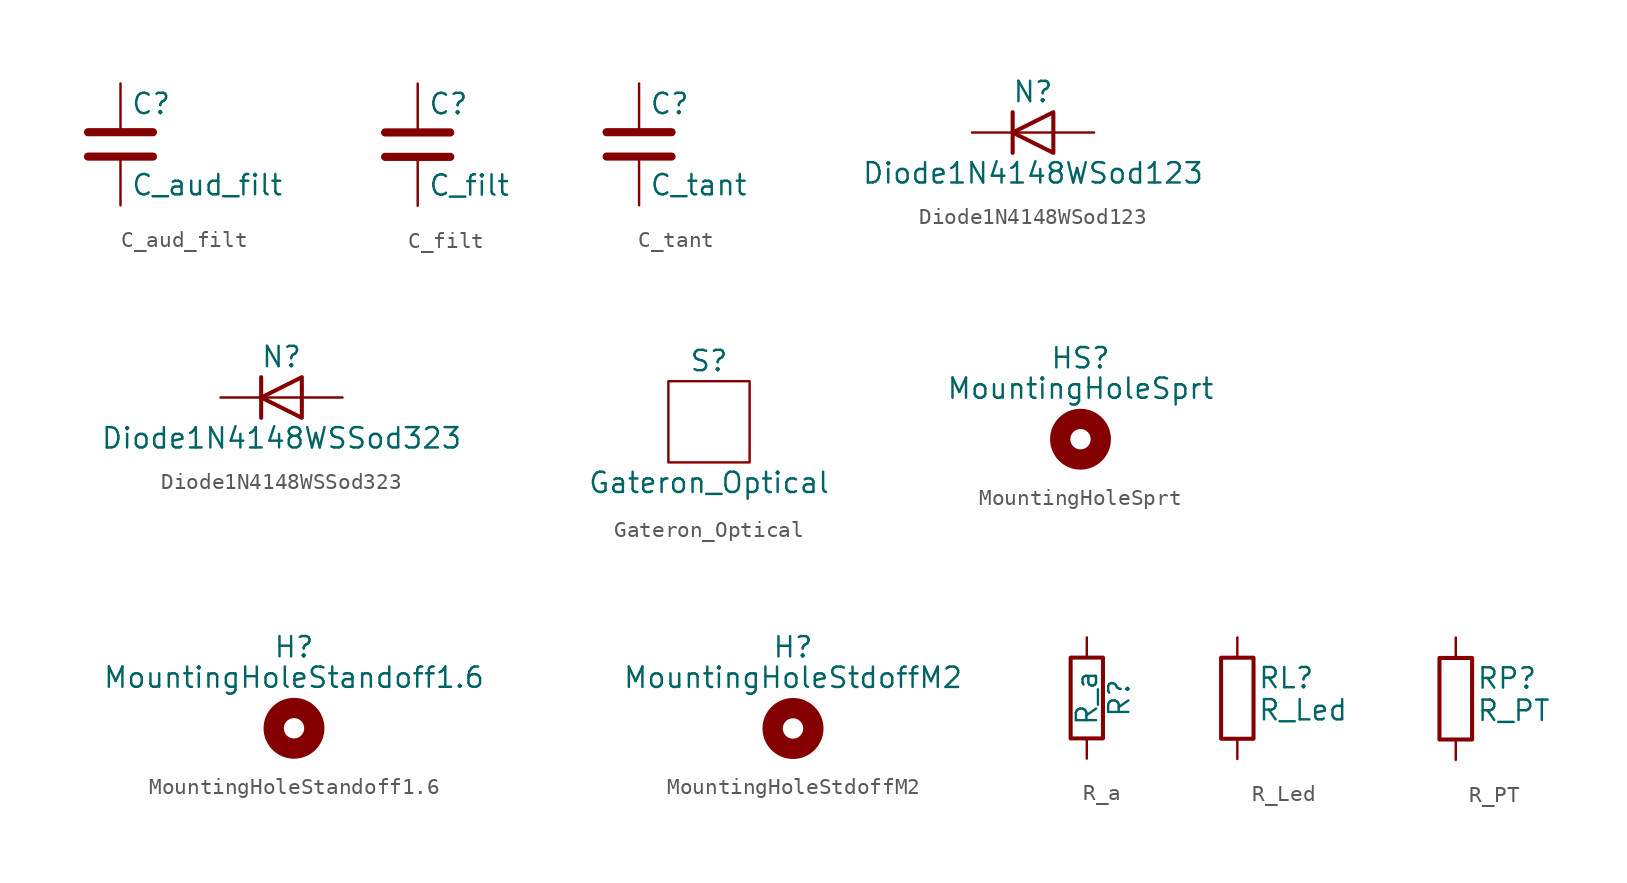
<source format=kicad_sym>
(kicad_symbol_lib
  (version 20211014)
  (generator kicad_symbol_editor)
  (symbol "C_aud_filt"
    (pin_numbers hide)
    (pin_names
      (offset 0.254))
    (property "Reference" "C"
      (at 0.635 2.54 0)
      (effects (font (size 1.27 1.27)) (justify left)))
    (property "Value" "C_aud_filt"
      (at 0.635 -2.54 0)
      (effects (font (size 1.27 1.27)) (justify left)))
    (symbol "C_aud_filt_0_1"
      (polyline (pts (xy -2.032 -0.762) (xy 2.032 -0.762)) (stroke (width 0.508) (type default) (color 0 0 0 0)) (fill (type none)))
      (polyline (pts (xy -2.032 0.762) (xy 2.032 0.762)) (stroke (width 0.508) (type default) (color 0 0 0 0)) (fill (type none))))
    (symbol "C_aud_filt_1_1"
      (pin passive line (at 0 3.81 270) (length 2.794) (name "~" (effects (font (size 1.27 1.27)))) (number "1" (effects (font (size 1.27 1.27)))))
      (pin passive line (at 0 -3.81 90) (length 2.794) (name "~" (effects (font (size 1.27 1.27)))) (number "2" (effects (font (size 1.27 1.27)))))))
  (symbol "C_filt"
    (pin_numbers hide)
    (pin_names
      (offset 0.254))
    (property "Reference" "C"
      (at 0.635 2.54 0)
      (effects (font (size 1.27 1.27)) (justify left)))
    (property "Value" "C_filt"
      (at 0.635 -2.54 0)
      (effects (font (size 1.27 1.27)) (justify left)))
    (symbol "C_filt_0_1"
      (polyline (pts (xy -2.032 -0.762) (xy 2.032 -0.762)) (stroke (width 0.508) (type default) (color 0 0 0 0)) (fill (type none)))
      (polyline (pts (xy -2.032 0.762) (xy 2.032 0.762)) (stroke (width 0.508) (type default) (color 0 0 0 0)) (fill (type none))))
    (symbol "C_filt_1_1"
      (pin passive line (at 0 3.81 270) (length 2.794) (name "~" (effects (font (size 1.27 1.27)))) (number "1" (effects (font (size 1.27 1.27)))))
      (pin passive line (at 0 -3.81 90) (length 2.794) (name "~" (effects (font (size 1.27 1.27)))) (number "2" (effects (font (size 1.27 1.27)))))))
  (symbol "C_tant"
    (pin_numbers hide)
    (pin_names
      (offset 0.254))
    (property "Reference" "C"
      (at 0.635 2.54 0)
      (effects (font (size 1.27 1.27)) (justify left)))
    (property "Value" "C_tant"
      (at 0.635 -2.54 0)
      (effects (font (size 1.27 1.27)) (justify left)))
    (symbol "C_tant_0_1"
      (polyline (pts (xy -2.032 -0.762) (xy 2.032 -0.762)) (stroke (width 0.508) (type default) (color 0 0 0 0)) (fill (type none)))
      (polyline (pts (xy -2.032 0.762) (xy 2.032 0.762)) (stroke (width 0.508) (type default) (color 0 0 0 0)) (fill (type none))))
    (symbol "C_tant_1_1"
      (pin passive line (at 0 3.81 270) (length 2.794) (name "~" (effects (font (size 1.27 1.27)))) (number "1" (effects (font (size 1.27 1.27)))))
      (pin passive line (at 0 -3.81 90) (length 2.794) (name "~" (effects (font (size 1.27 1.27)))) (number "2" (effects (font (size 1.27 1.27)))))))
  (symbol "Diode1N4148WSod123"
    (pin_numbers hide)
    (pin_names
      (offset 1.016) hide)
    (property "Reference" "N"
      (at 0 2.54 0)
      (effects (font (size 1.27 1.27))))
    (property "Value" "Diode1N4148WSod123"
      (at 0 -2.54 0)
      (effects (font (size 1.27 1.27))))
    (symbol "Diode1N4148WSod123_0_1"
      (polyline (pts (xy -1.27 1.27) (xy -1.27 -1.27)) (stroke (width 0.254) (type default) (color 0 0 0 0)) (fill (type none)))
      (polyline (pts (xy 1.27 0) (xy -1.27 0)) (stroke (width 0) (type default) (color 0 0 0 0)) (fill (type none)))
      (polyline (pts (xy 1.27 1.27) (xy 1.27 -1.27) (xy -1.27 0) (xy 1.27 1.27)) (stroke (width 0.254) (type default) (color 0 0 0 0)) (fill (type none))))
    (symbol "Diode1N4148WSod123_1_1"
      (pin passive line (at -3.81 0 0) (length 2.54) (name "K" (effects (font (size 1.27 1.27)))) (number "1" (effects (font (size 1.27 1.27)))))
      (pin passive line (at 3.81 0 180) (length 2.54) (name "A" (effects (font (size 1.27 1.27)))) (number "2" (effects (font (size 1.27 1.27)))))))
  (symbol "Diode1N4148WSSod323"
    (pin_numbers hide)
    (pin_names
      (offset 1.016) hide)
    (property "Reference" "N"
      (at 0 2.54 0)
      (effects (font (size 1.27 1.27))))
    (property "Value" "Diode1N4148WSSod323"
      (at 0 -2.54 0)
      (effects (font (size 1.27 1.27))))
    (symbol "Diode1N4148WSSod323_0_1"
      (polyline (pts (xy -1.27 1.27) (xy -1.27 -1.27)) (stroke (width 0.254) (type default) (color 0 0 0 0)) (fill (type none)))
      (polyline (pts (xy 1.27 0) (xy -1.27 0)) (stroke (width 0) (type default) (color 0 0 0 0)) (fill (type none)))
      (polyline (pts (xy 1.27 1.27) (xy 1.27 -1.27) (xy -1.27 0) (xy 1.27 1.27)) (stroke (width 0.254) (type default) (color 0 0 0 0)) (fill (type none))))
    (symbol "Diode1N4148WSSod323_1_1"
      (pin passive line (at -3.81 0 0) (length 2.54) (name "K" (effects (font (size 1.27 1.27)))) (number "1" (effects (font (size 1.27 1.27)))))
      (pin passive line (at 3.81 0 180) (length 2.54) (name "A" (effects (font (size 1.27 1.27)))) (number "2" (effects (font (size 1.27 1.27)))))))
  (symbol "Gateron_Optical"
    (property "Reference" "S"
      (at 0 3.81 0)
      (effects (font (size 1.27 1.27))))
    (property "Value" "Gateron_Optical"
      (at 0 -3.81 0)
      (effects (font (size 1.27 1.27))))
    (symbol "Gateron_Optical_0_1"
      (rectangle (start -2.54 2.54) (end 2.54 -2.54) (stroke (width 0.152) (type default) (color 0 0 0 0)) (fill (type none)))))
  (symbol "MountingHoleSprt"
    (pin_names
      (offset 1.016))
    (property "Reference" "HS"
      (at 0 5.08 0)
      (effects (font (size 1.27 1.27))))
    (property "Value" "MountingHoleSprt"
      (at 0 3.175 0)
      (effects (font (size 1.27 1.27))))
    (symbol "MountingHoleSprt_0_1"
      (circle (center 0 0) (radius 1.27) (stroke (width 1.27) (type default) (color 0 0 0 0)) (fill (type none)))))
  (symbol "MountingHoleStandoff1.6"
    (pin_names
      (offset 1.016))
    (property "Reference" "H"
      (at 0 5.08 0)
      (effects (font (size 1.27 1.27))))
    (property "Value" "MountingHoleStandoff1.6"
      (at 0 3.175 0)
      (effects (font (size 1.27 1.27))))
    (symbol "MountingHoleStandoff1.6_0_1"
      (circle (center 0 0) (radius 1.27) (stroke (width 1.27) (type default) (color 0 0 0 0)) (fill (type none)))))
  (symbol "MountingHoleStdoffM2"
    (pin_names
      (offset 1.016))
    (property "Reference" "H"
      (at 0 5.08 0)
      (effects (font (size 1.27 1.27))))
    (property "Value" "MountingHoleStdoffM2"
      (at 0 3.175 0)
      (effects (font (size 1.27 1.27))))
    (symbol "MountingHoleStdoffM2_0_1"
      (circle (center 0 0) (radius 1.27) (stroke (width 1.27) (type default) (color 0 0 0 0)) (fill (type none)))))
  (symbol "R_a"
    (pin_numbers hide)
    (pin_names
      (offset 0))
    (property "Reference" "R"
      (at 2.032 0 90)
      (effects (font (size 1.27 1.27))))
    (property "Value" "R_a"
      (at 0 0 90)
      (effects (font (size 1.27 1.27))))
    (symbol "R_a_0_1"
      (rectangle (start -1.016 -2.54) (end 1.016 2.54) (stroke (width 0.254) (type default) (color 0 0 0 0)) (fill (type none))))
    (symbol "R_a_1_1"
      (pin passive line (at 0 3.81 270) (length 1.27) (name "~" (effects (font (size 1.27 1.27)))) (number "1" (effects (font (size 1.27 1.27)))))
      (pin passive line (at 0 -3.81 90) (length 1.27) (name "~" (effects (font (size 1.27 1.27)))) (number "2" (effects (font (size 1.27 1.27)))))))
  (symbol "R_Led"
    (pin_numbers hide)
    (pin_names
      (offset 0))
    (property "Reference" "RL"
      (at 1.27 1.27 0)
      (effects (font (size 1.27 1.27)) (justify left)))
    (property "Value" "R_Led"
      (at 1.27 0 0)
      (effects (font (size 1.27 1.27)) (justify left top)))
    (symbol "R_Led_0_1"
      (rectangle (start -1.016 2.54) (end 1.016 -2.54) (stroke (width 0.254) (type default) (color 0 0 0 0)) (fill (type none))))
    (symbol "R_Led_1_1"
      (pin passive line (at 0 3.81 270) (length 1.27) (name "~" (effects (font (size 1.27 1.27)))) (number "1" (effects (font (size 1.27 1.27)))))
      (pin passive line (at 0 -3.81 90) (length 1.27) (name "~" (effects (font (size 1.27 1.27)))) (number "2" (effects (font (size 1.27 1.27)))))))
  (symbol "R_PT"
    (pin_numbers hide)
    (pin_names
      (offset 0))
    (property "Reference" "RP"
      (at 1.27 1.27 0)
      (effects (font (size 1.27 1.27)) (justify left)))
    (property "Value" "R_PT"
      (at 1.27 0 0)
      (effects (font (size 1.27 1.27)) (justify left top)))
    (symbol "R_PT_0_1"
      (rectangle (start -1.016 2.54) (end 1.016 -2.54) (stroke (width 0.254) (type default) (color 0 0 0 0)) (fill (type none))))
    (symbol "R_PT_1_1"
      (pin passive line (at 0 3.81 270) (length 1.27) (name "~" (effects (font (size 1.27 1.27)))) (number "1" (effects (font (size 1.27 1.27)))))
      (pin passive line (at 0 -3.81 90) (length 1.27) (name "~" (effects (font (size 1.27 1.27)))) (number "2" (effects (font (size 1.27 1.27))))))))
</source>
